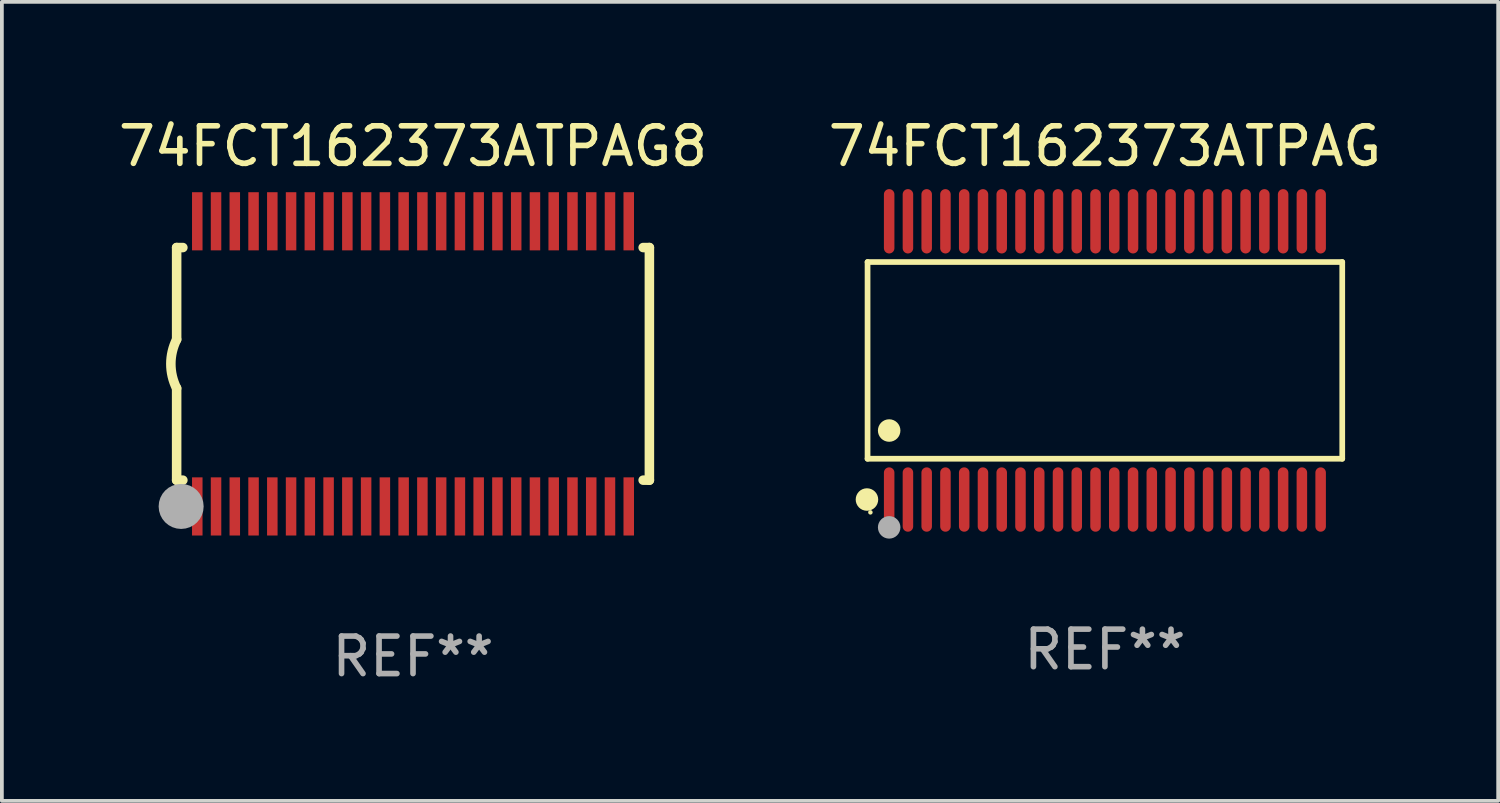
<source format=kicad_pcb>
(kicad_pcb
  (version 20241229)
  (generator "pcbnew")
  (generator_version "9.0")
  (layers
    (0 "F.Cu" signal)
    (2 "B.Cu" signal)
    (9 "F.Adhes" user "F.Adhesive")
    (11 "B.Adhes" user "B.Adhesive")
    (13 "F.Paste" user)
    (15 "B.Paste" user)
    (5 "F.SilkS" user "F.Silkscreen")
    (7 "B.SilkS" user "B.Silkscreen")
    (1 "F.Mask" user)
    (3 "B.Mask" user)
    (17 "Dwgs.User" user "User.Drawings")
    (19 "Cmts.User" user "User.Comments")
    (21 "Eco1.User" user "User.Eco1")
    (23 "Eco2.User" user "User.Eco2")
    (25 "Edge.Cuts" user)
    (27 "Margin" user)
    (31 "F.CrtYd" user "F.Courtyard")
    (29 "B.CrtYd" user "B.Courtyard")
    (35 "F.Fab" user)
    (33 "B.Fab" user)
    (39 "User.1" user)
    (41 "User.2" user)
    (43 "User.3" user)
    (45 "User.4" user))
  (footprint "74FCT162373ATPAG8"
    (layer "F.Cu")
    (at 7.958 6.648)
    (property "Reference" "74FCT162373ATPAG8" (at 0 -5.8 0) (layer "F.SilkS") (effects (font (size 1 1) (thickness 0.15))))
    (attr through_hole)
    (fp_line (start -6.3 -3.1) (end -6.3 -0.65) (stroke (width 0.254) (type solid)) (layer "F.SilkS"))
    (fp_line (start -6.3 -3.1) (end -6.134 -3.1) (stroke (width 0.254) (type solid)) (layer "F.SilkS"))
    (fp_line (start -6.3 3.1) (end -6.3 0.65) (stroke (width 0.254) (type solid)) (layer "F.SilkS"))
    (fp_line (start -6.3 3.1) (end -6.134 3.1) (stroke (width 0.254) (type solid)) (layer "F.SilkS"))
    (fp_line (start 6.134 -3.1) (end 6.3 -3.1) (stroke (width 0.254) (type solid)) (layer "F.SilkS"))
    (fp_line (start 6.134 3.1) (end 6.3 3.1) (stroke (width 0.254) (type solid)) (layer "F.SilkS"))
    (fp_line (start 6.3 -3.1) (end 6.3 3.1) (stroke (width 0.254) (type solid)) (layer "F.SilkS"))
    (fp_arc (start -6.301016 0.650114) (mid -6.45413 -0.000082) (end -6.3 -0.650038) (stroke (width 0.254001) (type solid)) (layer "F.SilkS"))
    (fp_circle (center -6.35 3.81) (end -6.223 3.81) (stroke (width 0.254) (type solid)) (fill no) (layer "F.SilkS"))
    (fp_circle (center -6.25 4.05) (end -6.22 4.05) (stroke (width 0.06) (type solid)) (fill no) (layer "F.SilkS"))
    (fp_circle (center -6.18 3.8) (end -5.88 3.8) (stroke (width 0.6) (type solid)) (fill no) (layer "F.Fab"))
    (fp_text user "REF**" (at 0 7.8 0) (layer "F.Fab") (effects (font (size 1 1) (thickness 0.15))))
    (pad "1" smd rect (at -5.75 3.8) (size 0.28 1.55) (layers "F.Cu" "F.Mask" "F.Paste"))
    (pad "2" smd rect (at -5.25 3.8) (size 0.28 1.55) (layers "F.Cu" "F.Mask" "F.Paste"))
    (pad "3" smd rect (at -4.75 3.8) (size 0.28 1.55) (layers "F.Cu" "F.Mask" "F.Paste"))
    (pad "4" smd rect (at -4.25 3.8) (size 0.28 1.55) (layers "F.Cu" "F.Mask" "F.Paste"))
    (pad "5" smd rect (at -3.75 3.8) (size 0.28 1.55) (layers "F.Cu" "F.Mask" "F.Paste"))
    (pad "6" smd rect (at -3.25 3.8) (size 0.28 1.55) (layers "F.Cu" "F.Mask" "F.Paste"))
    (pad "7" smd rect (at -2.75 3.8) (size 0.28 1.55) (layers "F.Cu" "F.Mask" "F.Paste"))
    (pad "8" smd rect (at -2.25 3.8) (size 0.28 1.55) (layers "F.Cu" "F.Mask" "F.Paste"))
    (pad "9" smd rect (at -1.75 3.8) (size 0.28 1.55) (layers "F.Cu" "F.Mask" "F.Paste"))
    (pad "10" smd rect (at -1.25 3.8) (size 0.28 1.55) (layers "F.Cu" "F.Mask" "F.Paste"))
    (pad "11" smd rect (at -0.75 3.8) (size 0.28 1.55) (layers "F.Cu" "F.Mask" "F.Paste"))
    (pad "12" smd rect (at -0.25 3.8) (size 0.28 1.55) (layers "F.Cu" "F.Mask" "F.Paste"))
    (pad "13" smd rect (at 0.25 3.8) (size 0.28 1.55) (layers "F.Cu" "F.Mask" "F.Paste"))
    (pad "14" smd rect (at 0.75 3.8) (size 0.28 1.55) (layers "F.Cu" "F.Mask" "F.Paste"))
    (pad "15" smd rect (at 1.25 3.8) (size 0.28 1.55) (layers "F.Cu" "F.Mask" "F.Paste"))
    (pad "16" smd rect (at 1.75 3.8) (size 0.28 1.55) (layers "F.Cu" "F.Mask" "F.Paste"))
    (pad "17" smd rect (at 2.25 3.8) (size 0.28 1.55) (layers "F.Cu" "F.Mask" "F.Paste"))
    (pad "18" smd rect (at 2.75 3.8) (size 0.28 1.55) (layers "F.Cu" "F.Mask" "F.Paste"))
    (pad "19" smd rect (at 3.25 3.8) (size 0.28 1.55) (layers "F.Cu" "F.Mask" "F.Paste"))
    (pad "20" smd rect (at 3.75 3.8) (size 0.28 1.55) (layers "F.Cu" "F.Mask" "F.Paste"))
    (pad "21" smd rect (at 4.25 3.8) (size 0.28 1.55) (layers "F.Cu" "F.Mask" "F.Paste"))
    (pad "22" smd rect (at 4.75 3.8) (size 0.28 1.55) (layers "F.Cu" "F.Mask" "F.Paste"))
    (pad "23" smd rect (at 5.25 3.8) (size 0.28 1.55) (layers "F.Cu" "F.Mask" "F.Paste"))
    (pad "24" smd rect (at 5.75 3.8) (size 0.28 1.55) (layers "F.Cu" "F.Mask" "F.Paste"))
    (pad "25" smd rect (at 5.75 -3.8) (size 0.28 1.55) (layers "F.Cu" "F.Mask" "F.Paste"))
    (pad "26" smd rect (at 5.25 -3.8) (size 0.28 1.55) (layers "F.Cu" "F.Mask" "F.Paste"))
    (pad "27" smd rect (at 4.75 -3.8) (size 0.28 1.55) (layers "F.Cu" "F.Mask" "F.Paste"))
    (pad "28" smd rect (at 4.25 -3.8) (size 0.28 1.55) (layers "F.Cu" "F.Mask" "F.Paste"))
    (pad "29" smd rect (at 3.75 -3.8) (size 0.28 1.55) (layers "F.Cu" "F.Mask" "F.Paste"))
    (pad "30" smd rect (at 3.25 -3.8) (size 0.28 1.55) (layers "F.Cu" "F.Mask" "F.Paste"))
    (pad "31" smd rect (at 2.75 -3.8) (size 0.28 1.55) (layers "F.Cu" "F.Mask" "F.Paste"))
    (pad "32" smd rect (at 2.25 -3.8) (size 0.28 1.55) (layers "F.Cu" "F.Mask" "F.Paste"))
    (pad "33" smd rect (at 1.75 -3.8) (size 0.28 1.55) (layers "F.Cu" "F.Mask" "F.Paste"))
    (pad "34" smd rect (at 1.25 -3.8) (size 0.28 1.55) (layers "F.Cu" "F.Mask" "F.Paste"))
    (pad "35" smd rect (at 0.75 -3.8) (size 0.28 1.55) (layers "F.Cu" "F.Mask" "F.Paste"))
    (pad "36" smd rect (at 0.25 -3.8) (size 0.28 1.55) (layers "F.Cu" "F.Mask" "F.Paste"))
    (pad "37" smd rect (at -0.25 -3.8) (size 0.28 1.55) (layers "F.Cu" "F.Mask" "F.Paste"))
    (pad "38" smd rect (at -0.75 -3.8) (size 0.28 1.55) (layers "F.Cu" "F.Mask" "F.Paste"))
    (pad "39" smd rect (at -1.25 -3.8) (size 0.28 1.55) (layers "F.Cu" "F.Mask" "F.Paste"))
    (pad "40" smd rect (at -1.75 -3.8) (size 0.28 1.55) (layers "F.Cu" "F.Mask" "F.Paste"))
    (pad "41" smd rect (at -2.25 -3.8) (size 0.28 1.55) (layers "F.Cu" "F.Mask" "F.Paste"))
    (pad "42" smd rect (at -2.75 -3.8) (size 0.28 1.55) (layers "F.Cu" "F.Mask" "F.Paste"))
    (pad "43" smd rect (at -3.25 -3.8) (size 0.28 1.55) (layers "F.Cu" "F.Mask" "F.Paste"))
    (pad "44" smd rect (at -3.75 -3.8) (size 0.28 1.55) (layers "F.Cu" "F.Mask" "F.Paste"))
    (pad "45" smd rect (at -4.25 -3.8) (size 0.28 1.55) (layers "F.Cu" "F.Mask" "F.Paste"))
    (pad "46" smd rect (at -4.75 -3.8) (size 0.28 1.55) (layers "F.Cu" "F.Mask" "F.Paste"))
    (pad "47" smd rect (at -5.25 -3.8) (size 0.28 1.55) (layers "F.Cu" "F.Mask" "F.Paste"))
    (pad "48" smd rect (at -5.75 -3.8) (size 0.28 1.55) (layers "F.Cu" "F.Mask" "F.Paste")))
  (footprint "74FCT162373ATPAG"
    (layer "F.Cu")
    (at 26.399 6.556)
    (property "Reference" "74FCT162373ATPAG" (at 0 -5.708 0) (layer "F.SilkS") (effects (font (size 1 1) (thickness 0.15))))
    (attr through_hole)
    (fp_line (start -6.326 -2.622) (end 6.326 -2.622) (stroke (width 0.152) (type solid)) (layer "F.SilkS"))
    (fp_line (start -6.326 2.621) (end -6.326 -2.622) (stroke (width 0.152) (type solid)) (layer "F.SilkS"))
    (fp_line (start 6.326 -2.622) (end 6.326 2.621) (stroke (width 0.152) (type solid)) (layer "F.SilkS"))
    (fp_line (start 6.326 2.621) (end -6.326 2.621) (stroke (width 0.152) (type solid)) (layer "F.SilkS"))
    (fp_circle (center -6.342 3.708) (end -6.192 3.708) (stroke (width 0.3) (type solid)) (fill no) (layer "F.SilkS"))
    (fp_circle (center -6.25 4.05) (end -6.22 4.05) (stroke (width 0.06) (type solid)) (fill no) (layer "F.SilkS"))
    (fp_circle (center -5.75 1.869) (end -5.6 1.869) (stroke (width 0.3) (type solid)) (fill no) (layer "F.SilkS"))
    (fp_circle (center -5.75 4.45) (end -5.6 4.45) (stroke (width 0.3) (type solid)) (fill no) (layer "F.Fab"))
    (fp_text user "REF**" (at 0 7.708 0) (layer "F.Fab") (effects (font (size 1 1) (thickness 0.15))))
    (pad "1" smd oval (at -5.75 3.708) (size 0.28 1.715) (layers "F.Cu" "F.Mask" "F.Paste"))
    (pad "2" smd oval (at -5.25 3.708) (size 0.28 1.715) (layers "F.Cu" "F.Mask" "F.Paste"))
    (pad "3" smd oval (at -4.75 3.708) (size 0.28 1.715) (layers "F.Cu" "F.Mask" "F.Paste"))
    (pad "4" smd oval (at -4.25 3.708) (size 0.28 1.715) (layers "F.Cu" "F.Mask" "F.Paste"))
    (pad "5" smd oval (at -3.75 3.708) (size 0.28 1.715) (layers "F.Cu" "F.Mask" "F.Paste"))
    (pad "6" smd oval (at -3.25 3.708) (size 0.28 1.715) (layers "F.Cu" "F.Mask" "F.Paste"))
    (pad "7" smd oval (at -2.75 3.708) (size 0.28 1.715) (layers "F.Cu" "F.Mask" "F.Paste"))
    (pad "8" smd oval (at -2.25 3.708) (size 0.28 1.715) (layers "F.Cu" "F.Mask" "F.Paste"))
    (pad "9" smd oval (at -1.75 3.708) (size 0.28 1.715) (layers "F.Cu" "F.Mask" "F.Paste"))
    (pad "10" smd oval (at -1.25 3.708) (size 0.28 1.715) (layers "F.Cu" "F.Mask" "F.Paste"))
    (pad "11" smd oval (at -0.75 3.708) (size 0.28 1.715) (layers "F.Cu" "F.Mask" "F.Paste"))
    (pad "12" smd oval (at -0.25 3.708) (size 0.28 1.715) (layers "F.Cu" "F.Mask" "F.Paste"))
    (pad "13" smd oval (at 0.25 3.708) (size 0.28 1.715) (layers "F.Cu" "F.Mask" "F.Paste"))
    (pad "14" smd oval (at 0.75 3.708) (size 0.28 1.715) (layers "F.Cu" "F.Mask" "F.Paste"))
    (pad "15" smd oval (at 1.25 3.708) (size 0.28 1.715) (layers "F.Cu" "F.Mask" "F.Paste"))
    (pad "16" smd oval (at 1.75 3.708) (size 0.28 1.715) (layers "F.Cu" "F.Mask" "F.Paste"))
    (pad "17" smd oval (at 2.25 3.708) (size 0.28 1.715) (layers "F.Cu" "F.Mask" "F.Paste"))
    (pad "18" smd oval (at 2.75 3.708) (size 0.28 1.715) (layers "F.Cu" "F.Mask" "F.Paste"))
    (pad "19" smd oval (at 3.25 3.708) (size 0.28 1.715) (layers "F.Cu" "F.Mask" "F.Paste"))
    (pad "20" smd oval (at 3.75 3.708) (size 0.28 1.715) (layers "F.Cu" "F.Mask" "F.Paste"))
    (pad "21" smd oval (at 4.25 3.708) (size 0.28 1.715) (layers "F.Cu" "F.Mask" "F.Paste"))
    (pad "22" smd oval (at 4.75 3.708) (size 0.28 1.715) (layers "F.Cu" "F.Mask" "F.Paste"))
    (pad "23" smd oval (at 5.25 3.708) (size 0.28 1.715) (layers "F.Cu" "F.Mask" "F.Paste"))
    (pad "24" smd oval (at 5.75 3.708) (size 0.28 1.715) (layers "F.Cu" "F.Mask" "F.Paste"))
    (pad "25" smd oval (at 5.75 -3.708) (size 0.28 1.715) (layers "F.Cu" "F.Mask" "F.Paste"))
    (pad "26" smd oval (at 5.25 -3.708) (size 0.28 1.715) (layers "F.Cu" "F.Mask" "F.Paste"))
    (pad "27" smd oval (at 4.75 -3.708) (size 0.28 1.715) (layers "F.Cu" "F.Mask" "F.Paste"))
    (pad "28" smd oval (at 4.25 -3.708) (size 0.28 1.715) (layers "F.Cu" "F.Mask" "F.Paste"))
    (pad "29" smd oval (at 3.75 -3.708) (size 0.28 1.715) (layers "F.Cu" "F.Mask" "F.Paste"))
    (pad "30" smd oval (at 3.25 -3.708) (size 0.28 1.715) (layers "F.Cu" "F.Mask" "F.Paste"))
    (pad "31" smd oval (at 2.75 -3.708) (size 0.28 1.715) (layers "F.Cu" "F.Mask" "F.Paste"))
    (pad "32" smd oval (at 2.25 -3.708) (size 0.28 1.715) (layers "F.Cu" "F.Mask" "F.Paste"))
    (pad "33" smd oval (at 1.75 -3.708) (size 0.28 1.715) (layers "F.Cu" "F.Mask" "F.Paste"))
    (pad "34" smd oval (at 1.25 -3.708) (size 0.28 1.715) (layers "F.Cu" "F.Mask" "F.Paste"))
    (pad "35" smd oval (at 0.75 -3.708) (size 0.28 1.715) (layers "F.Cu" "F.Mask" "F.Paste"))
    (pad "36" smd oval (at 0.25 -3.708) (size 0.28 1.715) (layers "F.Cu" "F.Mask" "F.Paste"))
    (pad "37" smd oval (at -0.25 -3.708) (size 0.28 1.715) (layers "F.Cu" "F.Mask" "F.Paste"))
    (pad "38" smd oval (at -0.75 -3.708) (size 0.28 1.715) (layers "F.Cu" "F.Mask" "F.Paste"))
    (pad "39" smd oval (at -1.25 -3.708) (size 0.28 1.715) (layers "F.Cu" "F.Mask" "F.Paste"))
    (pad "40" smd oval (at -1.75 -3.708) (size 0.28 1.715) (layers "F.Cu" "F.Mask" "F.Paste"))
    (pad "41" smd oval (at -2.25 -3.708) (size 0.28 1.715) (layers "F.Cu" "F.Mask" "F.Paste"))
    (pad "42" smd oval (at -2.75 -3.708) (size 0.28 1.715) (layers "F.Cu" "F.Mask" "F.Paste"))
    (pad "43" smd oval (at -3.25 -3.708) (size 0.28 1.715) (layers "F.Cu" "F.Mask" "F.Paste"))
    (pad "44" smd oval (at -3.75 -3.708) (size 0.28 1.715) (layers "F.Cu" "F.Mask" "F.Paste"))
    (pad "45" smd oval (at -4.25 -3.708) (size 0.28 1.715) (layers "F.Cu" "F.Mask" "F.Paste"))
    (pad "46" smd oval (at -4.75 -3.708) (size 0.28 1.715) (layers "F.Cu" "F.Mask" "F.Paste"))
    (pad "47" smd oval (at -5.25 -3.708) (size 0.28 1.715) (layers "F.Cu" "F.Mask" "F.Paste"))
    (pad "48" smd oval (at -5.75 -3.708) (size 0.28 1.715) (layers "F.Cu" "F.Mask" "F.Paste")))
  (gr_rect
    (start -3 -3)
    (end 36.881 18.296)
    (stroke (width 0.1) (type default))
    (fill no)
    (layer "Edge.Cuts")))
</source>
